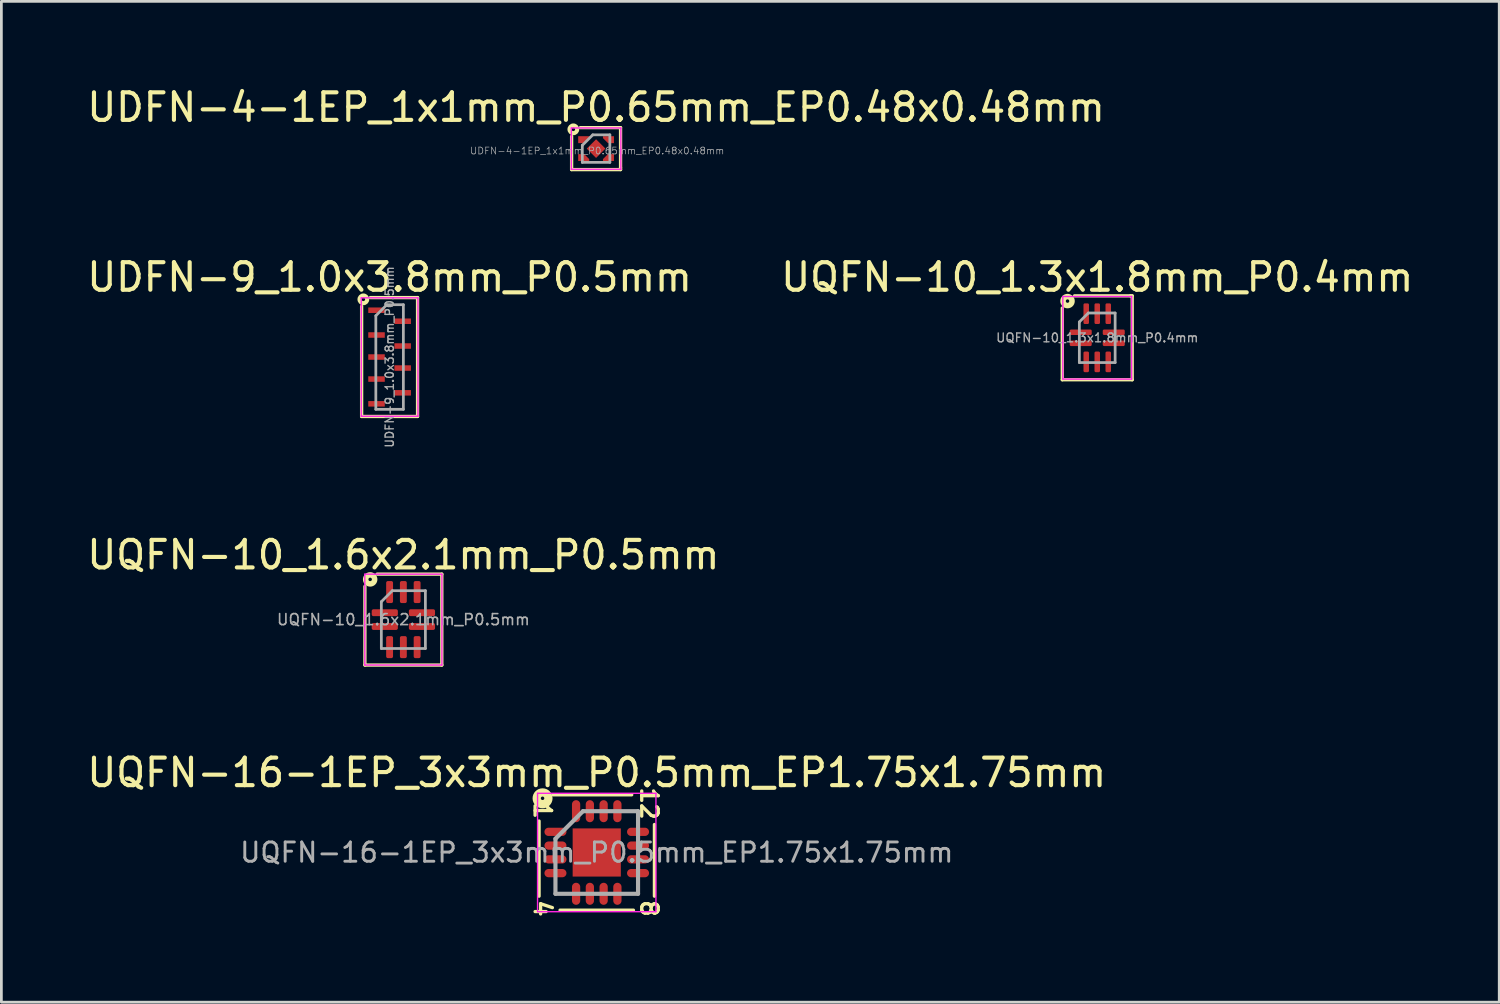
<source format=kicad_pcb>
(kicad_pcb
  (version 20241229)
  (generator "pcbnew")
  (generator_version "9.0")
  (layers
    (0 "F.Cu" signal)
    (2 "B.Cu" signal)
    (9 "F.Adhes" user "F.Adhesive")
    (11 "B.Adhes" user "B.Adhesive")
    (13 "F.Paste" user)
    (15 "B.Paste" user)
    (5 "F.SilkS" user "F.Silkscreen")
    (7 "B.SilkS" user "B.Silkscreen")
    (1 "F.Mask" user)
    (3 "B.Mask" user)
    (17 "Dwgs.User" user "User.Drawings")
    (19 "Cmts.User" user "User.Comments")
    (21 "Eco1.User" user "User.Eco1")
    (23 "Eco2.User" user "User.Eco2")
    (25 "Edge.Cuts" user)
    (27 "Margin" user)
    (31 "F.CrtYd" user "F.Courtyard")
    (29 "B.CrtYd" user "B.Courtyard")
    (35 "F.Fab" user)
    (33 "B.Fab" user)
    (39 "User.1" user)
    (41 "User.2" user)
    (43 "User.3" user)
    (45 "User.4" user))
  (footprint "UQFN-10_1.6x2.1mm_P0.5mm"
    (layer "F.Cu")
    (at 11.601 19.455)
    (property "Reference" "UQFN-10_1.6x2.1mm_P0.5mm" (at 0 -2.35 0) (layer "F.SilkS") (effects (font (size 1 1) (thickness 0.15))))
    (attr smd)
    (fp_line (start -1.397 1.651) (end -1.397 -1.206) (stroke (width 0.12) (type solid)) (layer "F.SilkS"))
    (fp_line (start -0.953 -1.651) (end 1.397 -1.651) (stroke (width 0.12) (type solid)) (layer "F.SilkS"))
    (fp_line (start 1.397 -1.651) (end 1.397 1.651) (stroke (width 0.12) (type solid)) (layer "F.SilkS"))
    (fp_line (start 1.397 1.651) (end -1.397 1.651) (stroke (width 0.12) (type solid)) (layer "F.SilkS"))
    (fp_circle (center -1.206 -1.46) (end -1.143 -1.46) (stroke (width 0.2) (type solid)) (fill no) (layer "F.SilkS"))
    (fp_line (start -1.4 -1.65) (end -1.4 1.65) (stroke (width 0.05) (type solid)) (layer "F.CrtYd"))
    (fp_line (start -1.4 1.65) (end 1.4 1.65) (stroke (width 0.05) (type solid)) (layer "F.CrtYd"))
    (fp_line (start 1.4 -1.65) (end -1.4 -1.65) (stroke (width 0.05) (type solid)) (layer "F.CrtYd"))
    (fp_line (start 1.4 1.65) (end 1.4 -1.65) (stroke (width 0.05) (type solid)) (layer "F.CrtYd"))
    (fp_line (start -0.8 -0.65) (end -0.4 -1.05) (stroke (width 0.1) (type solid)) (layer "F.Fab"))
    (fp_line (start -0.8 1.05) (end -0.8 -0.65) (stroke (width 0.1) (type solid)) (layer "F.Fab"))
    (fp_line (start -0.4 -1.05) (end 0.8 -1.05) (stroke (width 0.1) (type solid)) (layer "F.Fab"))
    (fp_line (start 0.8 -1.05) (end 0.8 1.05) (stroke (width 0.1) (type solid)) (layer "F.Fab"))
    (fp_line (start 0.8 1.05) (end -0.8 1.05) (stroke (width 0.1) (type solid)) (layer "F.Fab"))
    (fp_text user "${REFERENCE}" (at 0 0 0) (layer "F.Fab") (effects (font (size 0.4 0.4) (thickness 0.06))))
    (pad "1" smd roundrect (at -0.675 -0.25) (size 0.95 0.25) (layers "F.Cu" "F.Mask" "F.Paste") (roundrect_rratio 0.25))
    (pad "2" smd roundrect (at -0.675 0.25) (size 0.95 0.25) (layers "F.Cu" "F.Mask" "F.Paste") (roundrect_rratio 0.25))
    (pad "3" smd roundrect (at -0.5 1) (size 0.25 0.8) (layers "F.Cu" "F.Mask" "F.Paste") (roundrect_rratio 0.25))
    (pad "4" smd roundrect (at 0 1) (size 0.25 0.8) (layers "F.Cu" "F.Mask" "F.Paste") (roundrect_rratio 0.25))
    (pad "5" smd roundrect (at 0.5 1) (size 0.25 0.8) (layers "F.Cu" "F.Mask" "F.Paste") (roundrect_rratio 0.25))
    (pad "6" smd roundrect (at 0.675 0.25) (size 0.95 0.25) (layers "F.Cu" "F.Mask" "F.Paste") (roundrect_rratio 0.25))
    (pad "7" smd roundrect (at 0.675 -0.25) (size 0.95 0.25) (layers "F.Cu" "F.Mask" "F.Paste") (roundrect_rratio 0.25))
    (pad "8" smd roundrect (at 0.5 -1) (size 0.25 0.8) (layers "F.Cu" "F.Mask" "F.Paste") (roundrect_rratio 0.25))
    (pad "9" smd roundrect (at 0 -1) (size 0.25 0.8) (layers "F.Cu" "F.Mask" "F.Paste") (roundrect_rratio 0.25))
    (pad "10" smd roundrect (at -0.5 -1) (size 0.25 0.8) (layers "F.Cu" "F.Mask" "F.Paste") (roundrect_rratio 0.25)))
  (footprint "UQFN-10_1.3x1.8mm_P0.4mm"
    (layer "F.Cu")
    (at 36.804 9.219)
    (property "Reference" "UQFN-10_1.3x1.8mm_P0.4mm" (at 0 -2.2 0) (layer "F.SilkS") (effects (font (size 1 1) (thickness 0.15))))
    (attr smd)
    (fp_line (start -1.27 1.524) (end -1.27 -1.079) (stroke (width 0.12) (type solid)) (layer "F.SilkS"))
    (fp_line (start -0.826 -1.524) (end 1.206 -1.524) (stroke (width 0.12) (type solid)) (layer "F.SilkS"))
    (fp_line (start 1.206 -1.524) (end 1.27 -1.524) (stroke (width 0.12) (type solid)) (layer "F.SilkS"))
    (fp_line (start 1.27 -1.524) (end 1.27 1.524) (stroke (width 0.12) (type solid)) (layer "F.SilkS"))
    (fp_line (start 1.27 1.524) (end -1.27 1.524) (stroke (width 0.12) (type solid)) (layer "F.SilkS"))
    (fp_circle (center -1.079 -1.333) (end -1.016 -1.333) (stroke (width 0.2) (type solid)) (fill no) (layer "F.SilkS"))
    (fp_line (start -1.25 -1.5) (end -1.25 1.5) (stroke (width 0.05) (type solid)) (layer "F.CrtYd"))
    (fp_line (start -1.25 1.5) (end 1.25 1.5) (stroke (width 0.05) (type solid)) (layer "F.CrtYd"))
    (fp_line (start 1.25 -1.5) (end -1.25 -1.5) (stroke (width 0.05) (type solid)) (layer "F.CrtYd"))
    (fp_line (start 1.25 1.5) (end 1.25 -1.5) (stroke (width 0.05) (type solid)) (layer "F.CrtYd"))
    (fp_line (start -0.65 -0.575) (end -0.325 -0.9) (stroke (width 0.1) (type solid)) (layer "F.Fab"))
    (fp_line (start -0.65 0.9) (end -0.65 -0.575) (stroke (width 0.1) (type solid)) (layer "F.Fab"))
    (fp_line (start -0.325 -0.9) (end 0.65 -0.9) (stroke (width 0.1) (type solid)) (layer "F.Fab"))
    (fp_line (start 0.65 -0.9) (end 0.65 0.9) (stroke (width 0.1) (type solid)) (layer "F.Fab"))
    (fp_line (start 0.65 0.9) (end -0.65 0.9) (stroke (width 0.1) (type solid)) (layer "F.Fab"))
    (fp_text user "${REFERENCE}" (at 0 0 0) (layer "F.Fab") (effects (font (size 0.32 0.32) (thickness 0.05))))
    (pad "1" smd roundrect (at -0.6 -0.2) (size 0.8 0.2) (layers "F.Cu" "F.Mask" "F.Paste") (roundrect_rratio 0.25))
    (pad "2" smd roundrect (at -0.6 0.2) (size 0.8 0.2) (layers "F.Cu" "F.Mask" "F.Paste") (roundrect_rratio 0.25))
    (pad "3" smd roundrect (at -0.4 0.875) (size 0.2 0.75) (layers "F.Cu" "F.Mask" "F.Paste") (roundrect_rratio 0.25))
    (pad "4" smd roundrect (at 0 0.875) (size 0.2 0.75) (layers "F.Cu" "F.Mask" "F.Paste") (roundrect_rratio 0.25))
    (pad "5" smd roundrect (at 0.4 0.875) (size 0.2 0.75) (layers "F.Cu" "F.Mask" "F.Paste") (roundrect_rratio 0.25))
    (pad "6" smd roundrect (at 0.6 0.2) (size 0.8 0.2) (layers "F.Cu" "F.Mask" "F.Paste") (roundrect_rratio 0.25))
    (pad "7" smd roundrect (at 0.6 -0.2) (size 0.8 0.2) (layers "F.Cu" "F.Mask" "F.Paste") (roundrect_rratio 0.25))
    (pad "8" smd roundrect (at 0.4 -0.875) (size 0.2 0.75) (layers "F.Cu" "F.Mask" "F.Paste") (roundrect_rratio 0.25))
    (pad "9" smd roundrect (at 0 -0.875) (size 0.2 0.75) (layers "F.Cu" "F.Mask" "F.Paste") (roundrect_rratio 0.25))
    (pad "10" smd roundrect (at -0.4 -0.875) (size 0.2 0.75) (layers "F.Cu" "F.Mask" "F.Paste") (roundrect_rratio 0.25)))
  (footprint "UDFN-4-1EP_1x1mm_P0.65mm_EP0.48x0.48mm"
    (layer "F.Cu")
    (at 18.601 2.348)
    (property "Reference" "UDFN-4-1EP_1x1mm_P0.65mm_EP0.48x0.48mm" (at 0 -1.5 0) (layer "F.SilkS") (effects (font (size 1 1) (thickness 0.15))))
    (attr smd)
    (fp_line (start -0.889 0.762) (end -0.889 -0.445) (stroke (width 0.12) (type solid)) (layer "F.SilkS"))
    (fp_line (start -0.572 -0.762) (end 0.889 -0.762) (stroke (width 0.12) (type solid)) (layer "F.SilkS"))
    (fp_line (start 0.889 -0.762) (end 0.889 0.699) (stroke (width 0.12) (type solid)) (layer "F.SilkS"))
    (fp_line (start 0.889 0.699) (end 0.889 0.762) (stroke (width 0.12) (type solid)) (layer "F.SilkS"))
    (fp_line (start 0.889 0.762) (end -0.889 0.762) (stroke (width 0.12) (type solid)) (layer "F.SilkS"))
    (fp_circle (center -0.826 -0.7) (end -0.762 -0.7) (stroke (width 0.15) (type solid)) (fill no) (layer "F.SilkS"))
    (fp_line (start -0.9 -0.75) (end 0.9 -0.75) (stroke (width 0.05) (type solid)) (layer "F.CrtYd"))
    (fp_line (start -0.9 0.75) (end -0.9 -0.75) (stroke (width 0.05) (type solid)) (layer "F.CrtYd"))
    (fp_line (start 0.9 -0.75) (end 0.9 0.75) (stroke (width 0.05) (type solid)) (layer "F.CrtYd"))
    (fp_line (start 0.9 0.75) (end -0.9 0.75) (stroke (width 0.05) (type solid)) (layer "F.CrtYd"))
    (fp_line (start -0.5 0.5) (end -0.5 -0.12) (stroke (width 0.1) (type solid)) (layer "F.Fab"))
    (fp_line (start -0.12 -0.5) (end -0.5 -0.12) (stroke (width 0.1) (type solid)) (layer "F.Fab"))
    (fp_line (start -0.12 -0.5) (end 0.5 -0.5) (stroke (width 0.1) (type solid)) (layer "F.Fab"))
    (fp_line (start 0.5 -0.5) (end 0.5 0.5) (stroke (width 0.1) (type solid)) (layer "F.Fab"))
    (fp_line (start 0.5 0.5) (end -0.5 0.5) (stroke (width 0.1) (type solid)) (layer "F.Fab"))
    (fp_text user "${REFERENCE}" (at 0.04 0.08 0) (layer "F.Fab") (effects (font (size 0.25 0.25) (thickness 0.025))))
    (pad "1" smd custom (at -0.54 -0.325) (size 0.22 0.25) (layers "F.Cu" "F.Mask" "F.Paste") (options (anchor rect)) (primitives (gr_poly (pts (xy 0.11 0.125) (xy 0.11 -0.125) (xy 0.36 -0.125)) (width 0) (fill yes))))
    (pad "2" smd custom (at -0.54 0.325) (size 0.22 0.25) (layers "F.Cu" "F.Mask" "F.Paste") (options (anchor rect)) (primitives (gr_poly (pts (xy 0.29 0.055) (xy 0.29 0.125) (xy 0.11 0.125) (xy 0.11 -0.125)) (width 0) (fill yes))))
    (pad "3" smd custom (at 0.54 0.325) (size 0.22 0.25) (layers "F.Cu" "F.Mask" "F.Paste") (options (anchor rect)) (primitives (gr_poly (pts (xy -0.11 0.125) (xy -0.29 0.125) (xy -0.29 0.055) (xy -0.11 -0.125)) (width 0) (fill yes))))
    (pad "4" smd custom (at 0.54 -0.325) (size 0.22 0.25) (layers "F.Cu" "F.Mask" "F.Paste") (options (anchor rect)) (primitives (gr_poly (pts (xy -0.11 0.125) (xy -0.29 -0.055) (xy -0.29 -0.125) (xy -0.11 -0.125)) (width 0) (fill yes))))
    (pad "5" smd rect (at 0 0 45) (size 0.48 0.48) (layers "F.Cu" "F.Mask" "F.Paste")))
  (footprint "UDFN-9_1.0x3.8mm_P0.5mm"
    (layer "F.Cu")
    (at 11.101 9.918)
    (property "Reference" "UDFN-9_1.0x3.8mm_P0.5mm" (at 0 -2.9 0) (layer "F.SilkS") (effects (font (size 1 1) (thickness 0.15))))
    (attr smd)
    (fp_line (start -1.016 2.159) (end -1.016 -1.841) (stroke (width 0.12) (type solid)) (layer "F.SilkS"))
    (fp_line (start -0.699 -2.159) (end 1.016 -2.159) (stroke (width 0.12) (type solid)) (layer "F.SilkS"))
    (fp_line (start 1.016 -2.159) (end 1.016 2.159) (stroke (width 0.12) (type solid)) (layer "F.SilkS"))
    (fp_line (start 1.016 2.159) (end -1.016 2.159) (stroke (width 0.12) (type solid)) (layer "F.SilkS"))
    (fp_circle (center -0.953 -2.095) (end -0.889 -2.095) (stroke (width 0.15) (type solid)) (fill no) (layer "F.SilkS"))
    (fp_line (start -1.03 -2.15) (end -1.03 2.15) (stroke (width 0.05) (type solid)) (layer "F.CrtYd"))
    (fp_line (start -1.03 2.15) (end 1.03 2.15) (stroke (width 0.05) (type solid)) (layer "F.CrtYd"))
    (fp_line (start 1.03 -2.15) (end -1.03 -2.15) (stroke (width 0.05) (type solid)) (layer "F.CrtYd"))
    (fp_line (start 1.03 2.15) (end 1.03 -2.15) (stroke (width 0.05) (type solid)) (layer "F.CrtYd"))
    (fp_line (start -0.5 -1.5) (end -0.5 1.9) (stroke (width 0.1) (type solid)) (layer "F.Fab"))
    (fp_line (start -0.5 1.9) (end 0.5 1.9) (stroke (width 0.1) (type solid)) (layer "F.Fab"))
    (fp_line (start -0.1 -1.9) (end -0.5 -1.5) (stroke (width 0.1) (type solid)) (layer "F.Fab"))
    (fp_line (start 0.5 -1.9) (end -0.1 -1.9) (stroke (width 0.1) (type solid)) (layer "F.Fab"))
    (fp_line (start 0.5 1.9) (end 0.5 -1.9) (stroke (width 0.1) (type solid)) (layer "F.Fab"))
    (fp_text user "${REFERENCE}" (at 0 0 90) (layer "F.Fab") (effects (font (size 0.3 0.3) (thickness 0.05))))
    (pad "1" smd rect (at -0.475 -1.7) (size 0.6 0.2) (layers "F.Cu" "F.Mask" "F.Paste"))
    (pad "2" smd rect (at -0.475 -0.8) (size 0.6 0.2) (layers "F.Cu" "F.Mask" "F.Paste"))
    (pad "3" smd rect (at -0.475 0) (size 0.6 0.2) (layers "F.Cu" "F.Mask" "F.Paste"))
    (pad "4" smd rect (at -0.475 0.8) (size 0.6 0.2) (layers "F.Cu" "F.Mask" "F.Paste"))
    (pad "5" smd rect (at -0.475 1.7) (size 0.6 0.2) (layers "F.Cu" "F.Mask" "F.Paste"))
    (pad "6" smd rect (at 0.475 1.3) (size 0.6 0.2) (layers "F.Cu" "F.Mask" "F.Paste"))
    (pad "7" smd rect (at 0.475 0.4) (size 0.6 0.2) (layers "F.Cu" "F.Mask" "F.Paste"))
    (pad "8" smd rect (at 0.475 -0.4) (size 0.6 0.2) (layers "F.Cu" "F.Mask" "F.Paste"))
    (pad "9" smd rect (at 0.475 -1.3) (size 0.6 0.2) (layers "F.Cu" "F.Mask" "F.Paste")))
  (footprint "UQFN-16-1EP_3x3mm_P0.5mm_EP1.75x1.75mm"
    (layer "F.Cu")
    (at 18.625 27.914)
    (property "Reference" "UQFN-16-1EP_3x3mm_P0.5mm_EP1.75x1.75mm" (at 0 -2.9 0) (layer "F.SilkS") (effects (font (size 1 1) (thickness 0.15))))
    (attr smd)
    (fp_line (start -2.095 1.587) (end -2.095 -1.143) (stroke (width 0.12) (type solid)) (layer "F.SilkS"))
    (fp_line (start -1.587 -2.095) (end 1.27 -2.095) (stroke (width 0.12) (type solid)) (layer "F.SilkS"))
    (fp_line (start 1.333 2.095) (end -1.333 2.095) (stroke (width 0.12) (type solid)) (layer "F.SilkS"))
    (fp_line (start 2.095 -1.016) (end 2.095 1.587) (stroke (width 0.12) (type solid)) (layer "F.SilkS"))
    (fp_circle (center -1.968 -1.968) (end -1.905 -1.968) (stroke (width 0.3) (type solid)) (fill no) (layer "F.SilkS"))
    (fp_line (start -2.15 -2.15) (end -2.15 2.15) (stroke (width 0.05) (type solid)) (layer "F.CrtYd"))
    (fp_line (start -2.15 -2.15) (end 2.15 -2.15) (stroke (width 0.05) (type solid)) (layer "F.CrtYd"))
    (fp_line (start -2.15 2.15) (end 2.15 2.15) (stroke (width 0.05) (type solid)) (layer "F.CrtYd"))
    (fp_line (start 2.15 -2.15) (end 2.15 2.15) (stroke (width 0.05) (type solid)) (layer "F.CrtYd"))
    (fp_line (start -1.5 -0.5) (end -0.5 -1.5) (stroke (width 0.15) (type solid)) (layer "F.Fab"))
    (fp_line (start -1.5 1.5) (end -1.5 -0.5) (stroke (width 0.15) (type solid)) (layer "F.Fab"))
    (fp_line (start -0.5 -1.5) (end 1.5 -1.5) (stroke (width 0.15) (type solid)) (layer "F.Fab"))
    (fp_line (start 1.5 -1.5) (end 1.5 1.5) (stroke (width 0.15) (type solid)) (layer "F.Fab"))
    (fp_line (start 1.5 1.5) (end -1.5 1.5) (stroke (width 0.15) (type solid)) (layer "F.Fab"))
    (fp_text user "8" (at 1.905 2.032 270) (unlocked yes) (layer "F.SilkS") (effects (font (size 0.6 0.6) (thickness 0.12))))
    (fp_text user "1" (at -1.968 -1.524 270) (unlocked yes) (layer "F.SilkS") (effects (font (size 0.6 0.6) (thickness 0.12))))
    (fp_text user "4" (at -1.968 2.032 270) (unlocked yes) (layer "F.SilkS") (effects (font (size 0.6 0.6) (thickness 0.12))))
    (fp_text user "12" (at 1.905 -1.778 270) (unlocked yes) (layer "F.SilkS") (effects (font (size 0.6 0.6) (thickness 0.12))))
    (fp_text user "${REFERENCE}" (at 0 0 0) (layer "F.Fab") (effects (font (size 0.7 0.7) (thickness 0.105))))
    (pad "" smd rect (at -0.438 -0.438) (size 0.7 0.7) (layers "F.Paste"))
    (pad "" smd rect (at -0.438 0.438) (size 0.7 0.7) (layers "F.Paste"))
    (pad "" smd rect (at 0.438 -0.438) (size 0.7 0.7) (layers "F.Paste"))
    (pad "" smd rect (at 0.438 0.438) (size 0.7 0.7) (layers "F.Paste"))
    (pad "1" smd oval (at -1.5 -0.75) (size 0.8 0.3) (layers "F.Cu" "F.Mask" "F.Paste"))
    (pad "2" smd oval (at -1.5 -0.25) (size 0.8 0.3) (layers "F.Cu" "F.Mask" "F.Paste"))
    (pad "3" smd oval (at -1.5 0.25) (size 0.8 0.3) (layers "F.Cu" "F.Mask" "F.Paste"))
    (pad "4" smd oval (at -1.5 0.75) (size 0.8 0.3) (layers "F.Cu" "F.Mask" "F.Paste"))
    (pad "5" smd oval (at -0.75 1.5 90) (size 0.8 0.3) (layers "F.Cu" "F.Mask" "F.Paste"))
    (pad "6" smd oval (at -0.25 1.5 90) (size 0.8 0.3) (layers "F.Cu" "F.Mask" "F.Paste"))
    (pad "7" smd oval (at 0.25 1.5 90) (size 0.8 0.3) (layers "F.Cu" "F.Mask" "F.Paste"))
    (pad "8" smd oval (at 0.75 1.5 90) (size 0.8 0.3) (layers "F.Cu" "F.Mask" "F.Paste"))
    (pad "9" smd oval (at 1.5 0.75) (size 0.8 0.3) (layers "F.Cu" "F.Mask" "F.Paste"))
    (pad "10" smd oval (at 1.5 0.25) (size 0.8 0.3) (layers "F.Cu" "F.Mask" "F.Paste"))
    (pad "11" smd oval (at 1.5 -0.25) (size 0.8 0.3) (layers "F.Cu" "F.Mask" "F.Paste"))
    (pad "12" smd oval (at 1.5 -0.75) (size 0.8 0.3) (layers "F.Cu" "F.Mask" "F.Paste"))
    (pad "13" smd oval (at 0.75 -1.5 90) (size 0.8 0.3) (layers "F.Cu" "F.Mask" "F.Paste"))
    (pad "14" smd oval (at 0.25 -1.5 90) (size 0.8 0.3) (layers "F.Cu" "F.Mask" "F.Paste"))
    (pad "15" smd oval (at -0.25 -1.5 90) (size 0.8 0.3) (layers "F.Cu" "F.Mask" "F.Paste"))
    (pad "16" smd oval (at -0.75 -1.5 90) (size 0.8 0.3) (layers "F.Cu" "F.Mask" "F.Paste"))
    (pad "17" smd rect (at 0 0) (size 1.75 1.75) (layers "F.Cu" "F.Mask")))
  (gr_rect
    (start -3 -3)
    (end 51.405 33.352)
    (stroke (width 0.1) (type default))
    (fill no)
    (layer "Edge.Cuts")))
</source>
